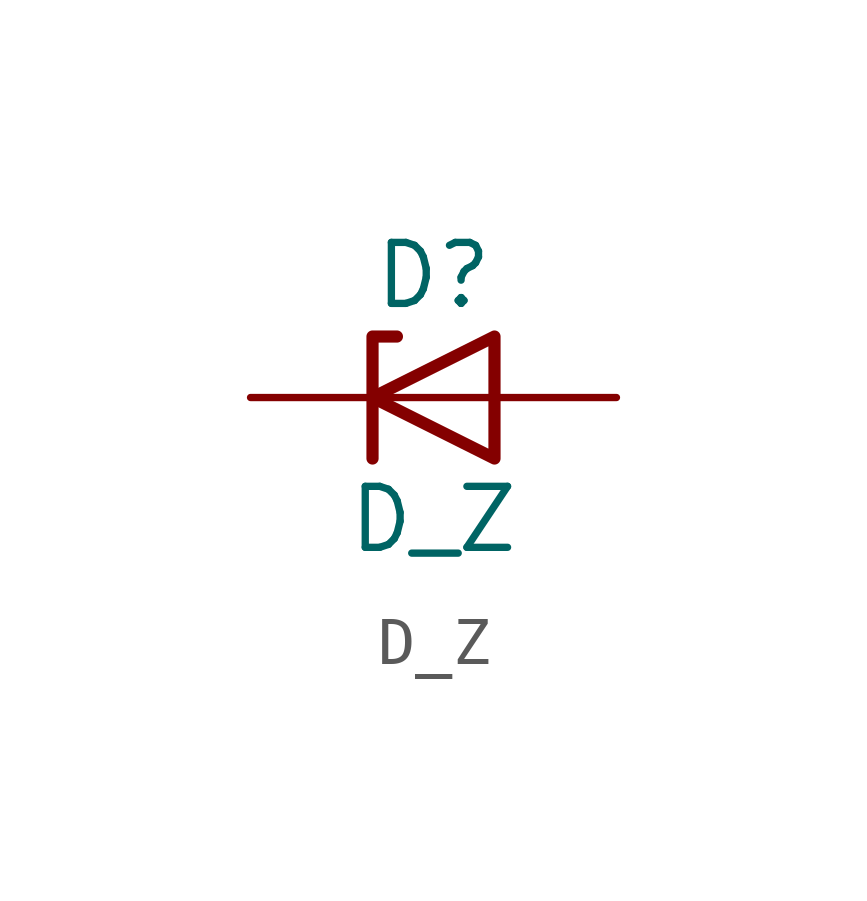
<source format=kicad_sym>
(kicad_symbol_lib
  (version 20220914)
  (generator kicad_symbol_editor)
  (symbol "D_Z"
    (pin_numbers hide)
    (pin_names hide)
    (property "Reference" "D"
      (at 0 2.54 0)
      (effects (font (size 1.27 1.27))))
    (property "Value" "D_Z"
      (at 0 -2.54 0)
      (effects (font (size 1.27 1.27))))
    (symbol "D_Z_0_1"
      (polyline (pts (xy 1.27 0) (xy -1.27 0)) (stroke (width 0) (type default)) (fill (type none)))
      (polyline (pts (xy -1.27 -1.27) (xy -1.27 1.27) (xy -0.762 1.27)) (stroke (width 0.254) (type default)) (fill (type none)))
      (polyline (pts (xy 1.27 -1.27) (xy 1.27 1.27) (xy -1.27 0) (xy 1.27 -1.27)) (stroke (width 0.254) (type default)) (fill (type none))))
    (symbol "D_Z_1_1"
      (pin passive line (at 3.81 0 180) (length 2.54) (name "A" (effects (font (size 1.27 1.27)))) (number "1" (effects (font (size 1.27 1.27)))))
      (pin passive line (at -3.81 0 0) (length 2.54) (name "K" (effects (font (size 1.27 1.27)))) (number "2" (effects (font (size 1.27 1.27))))))))
</source>
